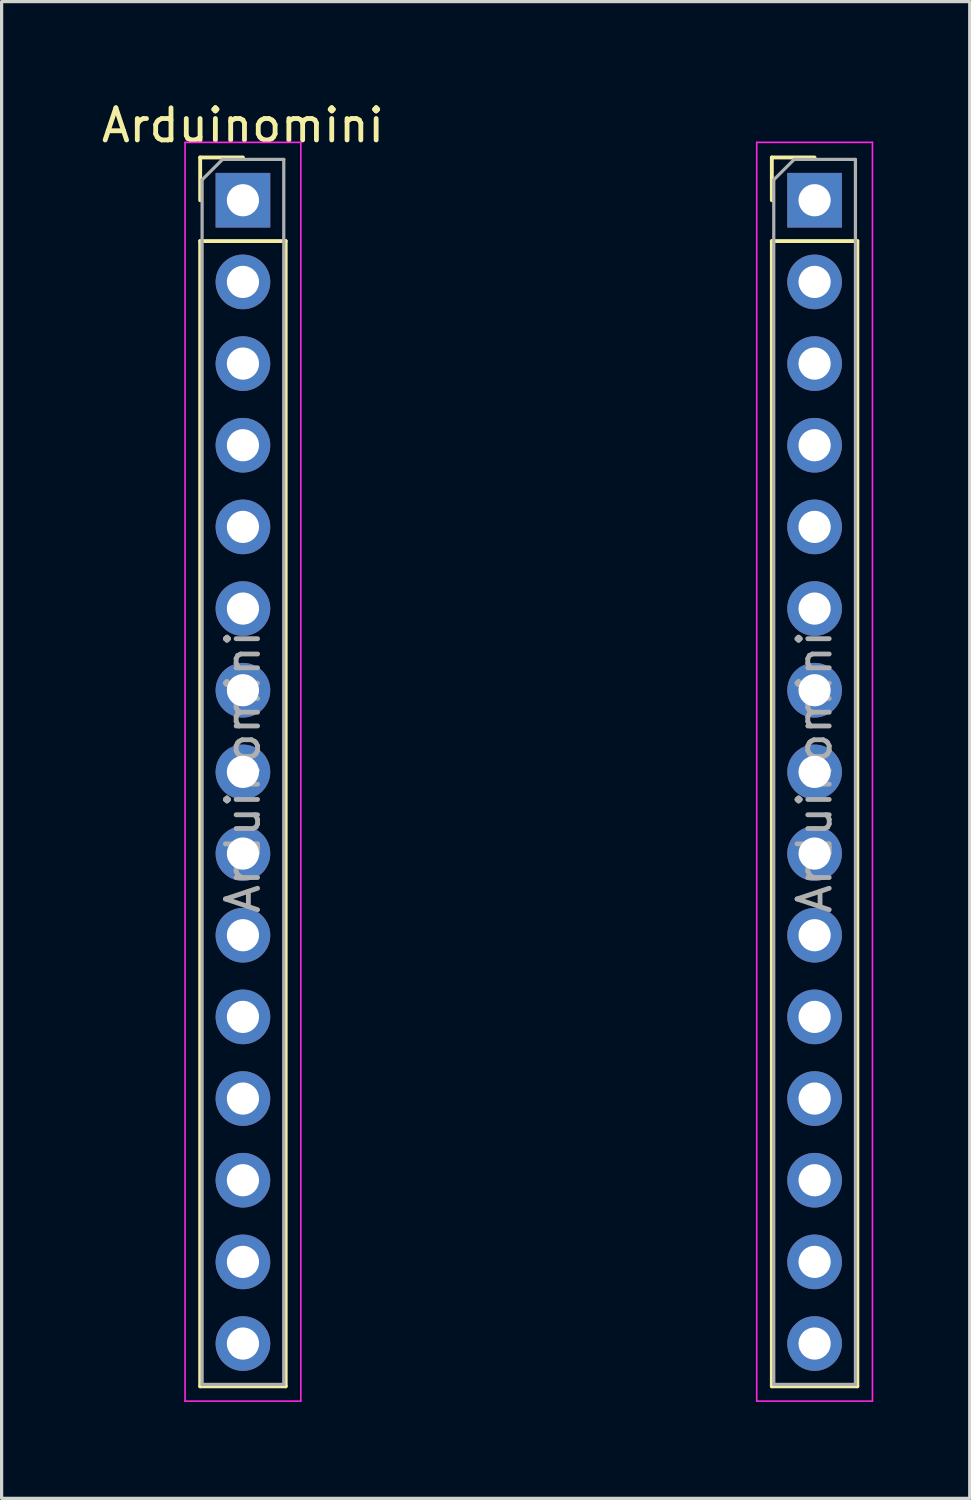
<source format=kicad_pcb>
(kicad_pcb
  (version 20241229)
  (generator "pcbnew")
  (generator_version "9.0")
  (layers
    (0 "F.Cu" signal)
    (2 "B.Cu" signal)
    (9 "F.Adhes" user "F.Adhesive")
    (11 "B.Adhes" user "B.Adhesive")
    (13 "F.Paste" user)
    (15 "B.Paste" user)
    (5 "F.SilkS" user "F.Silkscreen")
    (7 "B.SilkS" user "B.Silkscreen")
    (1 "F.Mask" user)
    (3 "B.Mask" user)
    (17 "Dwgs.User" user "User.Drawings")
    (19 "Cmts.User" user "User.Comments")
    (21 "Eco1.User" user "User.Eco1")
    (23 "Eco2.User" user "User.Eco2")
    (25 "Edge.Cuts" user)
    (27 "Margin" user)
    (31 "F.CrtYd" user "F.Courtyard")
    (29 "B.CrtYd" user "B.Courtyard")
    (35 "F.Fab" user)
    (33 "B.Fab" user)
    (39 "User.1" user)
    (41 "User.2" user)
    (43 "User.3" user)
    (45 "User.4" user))
  (footprint "Arduinomini"
    (layer "F.Cu")
    (at 12.126 3.178)
    (property "Reference" "Arduinomini" (at -7.62 -2.33 0) (layer "F.SilkS") (effects (font (size 1 1) (thickness 0.15))))
    (attr through_hole)
    (fp_line (start -8.95 -1.33) (end -7.62 -1.33) (stroke (width 0.12) (type solid)) (layer "F.SilkS"))
    (fp_line (start -8.95 0) (end -8.95 -1.33) (stroke (width 0.12) (type solid)) (layer "F.SilkS"))
    (fp_line (start -8.95 1.27) (end -8.95 36.89) (stroke (width 0.12) (type solid)) (layer "F.SilkS"))
    (fp_line (start -8.95 1.27) (end -6.29 1.27) (stroke (width 0.12) (type solid)) (layer "F.SilkS"))
    (fp_line (start -8.95 36.89) (end -6.29 36.89) (stroke (width 0.12) (type solid)) (layer "F.SilkS"))
    (fp_line (start -6.29 1.27) (end -6.29 36.89) (stroke (width 0.12) (type solid)) (layer "F.SilkS"))
    (fp_line (start 8.83 -1.33) (end 10.16 -1.33) (stroke (width 0.12) (type solid)) (layer "F.SilkS"))
    (fp_line (start 8.83 0) (end 8.83 -1.33) (stroke (width 0.12) (type solid)) (layer "F.SilkS"))
    (fp_line (start 8.83 1.27) (end 8.83 36.89) (stroke (width 0.12) (type solid)) (layer "F.SilkS"))
    (fp_line (start 8.83 1.27) (end 11.49 1.27) (stroke (width 0.12) (type solid)) (layer "F.SilkS"))
    (fp_line (start 8.83 36.89) (end 11.49 36.89) (stroke (width 0.12) (type solid)) (layer "F.SilkS"))
    (fp_line (start 11.49 1.27) (end 11.49 36.89) (stroke (width 0.12) (type solid)) (layer "F.SilkS"))
    (fp_line (start -9.42 -1.8) (end -9.42 37.35) (stroke (width 0.05) (type solid)) (layer "F.CrtYd"))
    (fp_line (start -9.42 37.35) (end -5.82 37.35) (stroke (width 0.05) (type solid)) (layer "F.CrtYd"))
    (fp_line (start -5.82 -1.8) (end -9.42 -1.8) (stroke (width 0.05) (type solid)) (layer "F.CrtYd"))
    (fp_line (start -5.82 37.35) (end -5.82 -1.8) (stroke (width 0.05) (type solid)) (layer "F.CrtYd"))
    (fp_line (start 8.36 -1.8) (end 8.36 37.35) (stroke (width 0.05) (type solid)) (layer "F.CrtYd"))
    (fp_line (start 8.36 37.35) (end 11.96 37.35) (stroke (width 0.05) (type solid)) (layer "F.CrtYd"))
    (fp_line (start 11.96 -1.8) (end 8.36 -1.8) (stroke (width 0.05) (type solid)) (layer "F.CrtYd"))
    (fp_line (start 11.96 37.35) (end 11.96 -1.8) (stroke (width 0.05) (type solid)) (layer "F.CrtYd"))
    (fp_line (start -8.89 -0.635) (end -8.255 -1.27) (stroke (width 0.1) (type solid)) (layer "F.Fab"))
    (fp_line (start -8.89 36.83) (end -8.89 -0.635) (stroke (width 0.1) (type solid)) (layer "F.Fab"))
    (fp_line (start -8.255 -1.27) (end -6.35 -1.27) (stroke (width 0.1) (type solid)) (layer "F.Fab"))
    (fp_line (start -6.35 -1.27) (end -6.35 36.83) (stroke (width 0.1) (type solid)) (layer "F.Fab"))
    (fp_line (start -6.35 36.83) (end -8.89 36.83) (stroke (width 0.1) (type solid)) (layer "F.Fab"))
    (fp_line (start 8.89 -0.635) (end 9.525 -1.27) (stroke (width 0.1) (type solid)) (layer "F.Fab"))
    (fp_line (start 8.89 36.83) (end 8.89 -0.635) (stroke (width 0.1) (type solid)) (layer "F.Fab"))
    (fp_line (start 9.525 -1.27) (end 11.43 -1.27) (stroke (width 0.1) (type solid)) (layer "F.Fab"))
    (fp_line (start 11.43 -1.27) (end 11.43 36.83) (stroke (width 0.1) (type solid)) (layer "F.Fab"))
    (fp_line (start 11.43 36.83) (end 8.89 36.83) (stroke (width 0.1) (type solid)) (layer "F.Fab"))
    (fp_text user "${REFERENCE}" (at 10.16 17.78 90) (layer "F.Fab") (effects (font (size 1 1) (thickness 0.15))))
    (fp_text user "${REFERENCE}" (at -7.62 17.78 90) (layer "F.Fab") (effects (font (size 1 1) (thickness 0.15))))
    (pad "1" thru_hole rect (at -7.62 0) (size 1.7 1.7) (drill 1) (layers "*.Cu" "*.Mask"))
    (pad "2" thru_hole oval (at -7.62 2.54) (size 1.7 1.7) (drill 1) (layers "*.Cu" "*.Mask"))
    (pad "3" thru_hole oval (at -7.62 5.08) (size 1.7 1.7) (drill 1) (layers "*.Cu" "*.Mask"))
    (pad "4" thru_hole oval (at -7.62 7.62) (size 1.7 1.7) (drill 1) (layers "*.Cu" "*.Mask"))
    (pad "5" thru_hole oval (at -7.62 10.16) (size 1.7 1.7) (drill 1) (layers "*.Cu" "*.Mask"))
    (pad "6" thru_hole oval (at -7.62 12.7) (size 1.7 1.7) (drill 1) (layers "*.Cu" "*.Mask"))
    (pad "7" thru_hole oval (at -7.62 15.24) (size 1.7 1.7) (drill 1) (layers "*.Cu" "*.Mask"))
    (pad "8" thru_hole oval (at -7.62 17.78) (size 1.7 1.7) (drill 1) (layers "*.Cu" "*.Mask"))
    (pad "9" thru_hole oval (at -7.62 20.32) (size 1.7 1.7) (drill 1) (layers "*.Cu" "*.Mask"))
    (pad "10" thru_hole oval (at -7.62 22.86) (size 1.7 1.7) (drill 1) (layers "*.Cu" "*.Mask"))
    (pad "11" thru_hole oval (at -7.62 25.4) (size 1.7 1.7) (drill 1) (layers "*.Cu" "*.Mask"))
    (pad "12" thru_hole oval (at -7.62 27.94) (size 1.7 1.7) (drill 1) (layers "*.Cu" "*.Mask"))
    (pad "13" thru_hole oval (at -7.62 30.48) (size 1.7 1.7) (drill 1) (layers "*.Cu" "*.Mask"))
    (pad "14" thru_hole oval (at -7.62 33.02) (size 1.7 1.7) (drill 1) (layers "*.Cu" "*.Mask"))
    (pad "15" thru_hole oval (at -7.62 35.56) (size 1.7 1.7) (drill 1) (layers "*.Cu" "*.Mask"))
    (pad "16" thru_hole oval (at 10.16 35.56) (size 1.7 1.7) (drill 1) (layers "*.Cu" "*.Mask"))
    (pad "17" thru_hole oval (at 10.16 33.02) (size 1.7 1.7) (drill 1) (layers "*.Cu" "*.Mask"))
    (pad "18" thru_hole oval (at 10.16 30.48) (size 1.7 1.7) (drill 1) (layers "*.Cu" "*.Mask"))
    (pad "19" thru_hole oval (at 10.16 27.94) (size 1.7 1.7) (drill 1) (layers "*.Cu" "*.Mask"))
    (pad "20" thru_hole oval (at 10.16 25.4) (size 1.7 1.7) (drill 1) (layers "*.Cu" "*.Mask"))
    (pad "21" thru_hole oval (at 10.16 22.86) (size 1.7 1.7) (drill 1) (layers "*.Cu" "*.Mask"))
    (pad "22" thru_hole oval (at 10.16 20.32) (size 1.7 1.7) (drill 1) (layers "*.Cu" "*.Mask"))
    (pad "23" thru_hole oval (at 10.16 17.78) (size 1.7 1.7) (drill 1) (layers "*.Cu" "*.Mask"))
    (pad "24" thru_hole oval (at 10.16 15.24) (size 1.7 1.7) (drill 1) (layers "*.Cu" "*.Mask"))
    (pad "25" thru_hole oval (at 10.16 12.7) (size 1.7 1.7) (drill 1) (layers "*.Cu" "*.Mask"))
    (pad "26" thru_hole oval (at 10.16 10.16) (size 1.7 1.7) (drill 1) (layers "*.Cu" "*.Mask"))
    (pad "27" thru_hole oval (at 10.16 7.62) (size 1.7 1.7) (drill 1) (layers "*.Cu" "*.Mask"))
    (pad "28" thru_hole oval (at 10.16 5.08) (size 1.7 1.7) (drill 1) (layers "*.Cu" "*.Mask"))
    (pad "29" thru_hole oval (at 10.16 2.54) (size 1.7 1.7) (drill 1) (layers "*.Cu" "*.Mask"))
    (pad "30" thru_hole rect (at 10.16 0) (size 1.7 1.7) (drill 1) (layers "*.Cu" "*.Mask")))
  (gr_rect
    (start -3 -3)
    (end 27.111 43.553)
    (stroke (width 0.1) (type default))
    (fill no)
    (layer "Edge.Cuts")))
</source>
